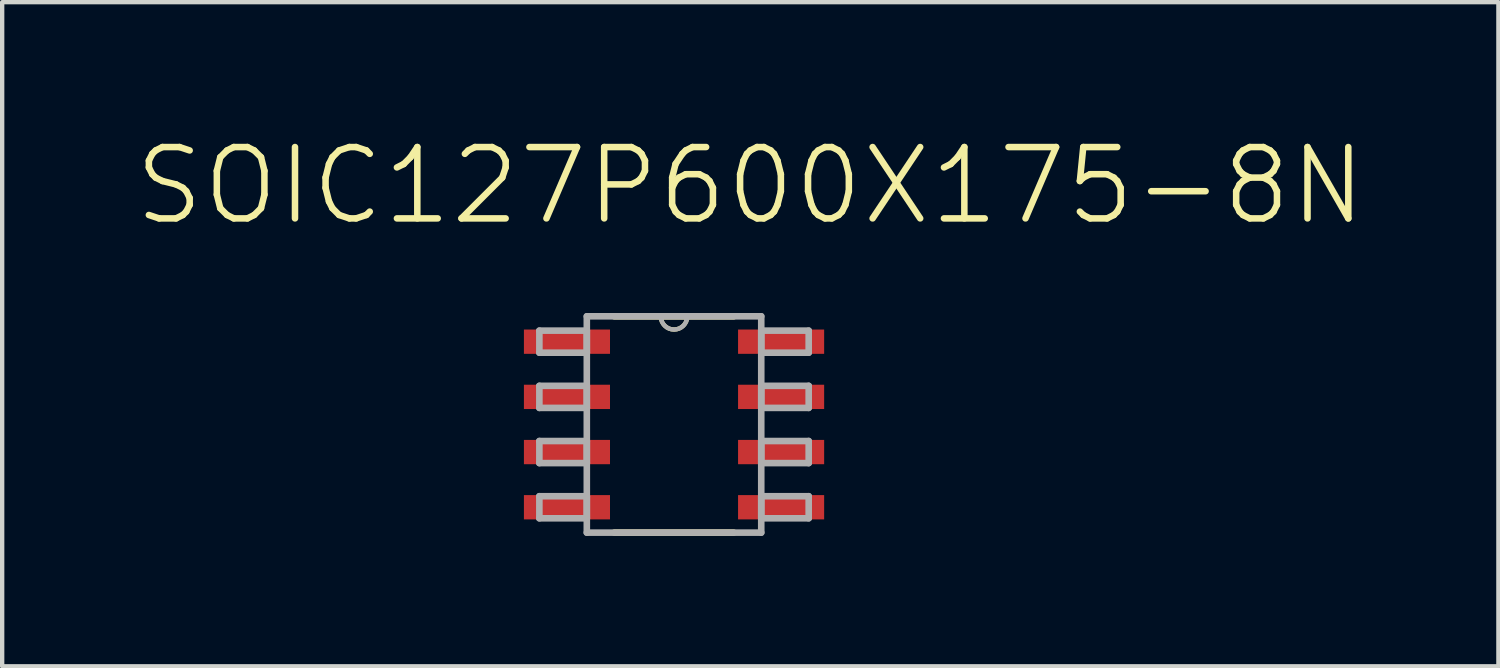
<source format=kicad_pcb>
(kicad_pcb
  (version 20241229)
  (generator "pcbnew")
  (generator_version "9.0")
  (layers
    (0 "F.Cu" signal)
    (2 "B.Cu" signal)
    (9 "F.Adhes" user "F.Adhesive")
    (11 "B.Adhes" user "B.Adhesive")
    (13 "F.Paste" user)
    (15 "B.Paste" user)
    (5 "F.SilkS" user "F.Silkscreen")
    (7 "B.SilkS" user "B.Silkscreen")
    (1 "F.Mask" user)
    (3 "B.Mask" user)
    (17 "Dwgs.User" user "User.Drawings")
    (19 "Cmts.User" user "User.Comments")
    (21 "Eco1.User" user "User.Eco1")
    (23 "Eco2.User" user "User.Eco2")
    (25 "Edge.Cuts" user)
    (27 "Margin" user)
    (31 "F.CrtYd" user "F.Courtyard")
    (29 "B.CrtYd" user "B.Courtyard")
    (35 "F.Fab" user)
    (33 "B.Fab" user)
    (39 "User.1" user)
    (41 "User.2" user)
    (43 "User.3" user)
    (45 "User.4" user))
  (footprint "SOIC127P600X175-8N"
    (layer "F.Cu")
    (at 12.461 6.718)
    (property "Reference" "SOIC127P600X175-8N" (at 1.755 -5.494 0) (layer "F.SilkS") (effects (font (size 1.642 1.642) (thickness 0.15))))
    (attr through_hole)
    (fp_line (start -1.372 2.489) (end 1.372 2.489) (stroke (width 0.152) (type solid)) (layer "F.SilkS"))
    (fp_line (start -0.305 -2.489) (end -1.372 -2.489) (stroke (width 0.152) (type solid)) (layer "F.SilkS"))
    (fp_line (start 0.305 -2.489) (end -0.305 -2.489) (stroke (width 0.152) (type solid)) (layer "F.SilkS"))
    (fp_line (start 1.372 -2.489) (end 0.305 -2.489) (stroke (width 0.152) (type solid)) (layer "F.SilkS"))
    (fp_arc (start 0.3048 -2.4892) (mid 0 -2.1844) (end -0.3048 -2.4892) (stroke (width 0.1) (type solid)) (layer "F.SilkS"))
    (fp_line (start -3.099 -2.159) (end -3.099 -1.651) (stroke (width 0.152) (type solid)) (layer "F.Fab"))
    (fp_line (start -3.099 -1.651) (end -2.007 -1.651) (stroke (width 0.152) (type solid)) (layer "F.Fab"))
    (fp_line (start -3.099 -0.889) (end -3.099 -0.381) (stroke (width 0.152) (type solid)) (layer "F.Fab"))
    (fp_line (start -3.099 -0.381) (end -2.007 -0.381) (stroke (width 0.152) (type solid)) (layer "F.Fab"))
    (fp_line (start -3.099 0.381) (end -3.099 0.889) (stroke (width 0.152) (type solid)) (layer "F.Fab"))
    (fp_line (start -3.099 0.889) (end -2.007 0.889) (stroke (width 0.152) (type solid)) (layer "F.Fab"))
    (fp_line (start -3.099 1.651) (end -3.099 2.159) (stroke (width 0.152) (type solid)) (layer "F.Fab"))
    (fp_line (start -3.099 2.159) (end -2.007 2.159) (stroke (width 0.152) (type solid)) (layer "F.Fab"))
    (fp_line (start -2.007 -2.489) (end -2.007 2.489) (stroke (width 0.152) (type solid)) (layer "F.Fab"))
    (fp_line (start -2.007 -2.159) (end -3.099 -2.159) (stroke (width 0.152) (type solid)) (layer "F.Fab"))
    (fp_line (start -2.007 -1.651) (end -2.007 -2.159) (stroke (width 0.152) (type solid)) (layer "F.Fab"))
    (fp_line (start -2.007 -0.889) (end -3.099 -0.889) (stroke (width 0.152) (type solid)) (layer "F.Fab"))
    (fp_line (start -2.007 -0.381) (end -2.007 -0.889) (stroke (width 0.152) (type solid)) (layer "F.Fab"))
    (fp_line (start -2.007 0.381) (end -3.099 0.381) (stroke (width 0.152) (type solid)) (layer "F.Fab"))
    (fp_line (start -2.007 0.889) (end -2.007 0.381) (stroke (width 0.152) (type solid)) (layer "F.Fab"))
    (fp_line (start -2.007 1.651) (end -3.099 1.651) (stroke (width 0.152) (type solid)) (layer "F.Fab"))
    (fp_line (start -2.007 2.159) (end -2.007 1.651) (stroke (width 0.152) (type solid)) (layer "F.Fab"))
    (fp_line (start -2.007 2.489) (end 2.007 2.489) (stroke (width 0.152) (type solid)) (layer "F.Fab"))
    (fp_line (start -0.305 -2.489) (end -2.007 -2.489) (stroke (width 0.152) (type solid)) (layer "F.Fab"))
    (fp_line (start 0.305 -2.489) (end -0.305 -2.489) (stroke (width 0.152) (type solid)) (layer "F.Fab"))
    (fp_line (start 2.007 -2.489) (end 0.305 -2.489) (stroke (width 0.152) (type solid)) (layer "F.Fab"))
    (fp_line (start 2.007 -2.159) (end 2.007 -1.651) (stroke (width 0.152) (type solid)) (layer "F.Fab"))
    (fp_line (start 2.007 -1.651) (end 3.099 -1.651) (stroke (width 0.152) (type solid)) (layer "F.Fab"))
    (fp_line (start 2.007 -0.889) (end 2.007 -0.381) (stroke (width 0.152) (type solid)) (layer "F.Fab"))
    (fp_line (start 2.007 -0.381) (end 3.099 -0.381) (stroke (width 0.152) (type solid)) (layer "F.Fab"))
    (fp_line (start 2.007 0.381) (end 2.007 0.889) (stroke (width 0.152) (type solid)) (layer "F.Fab"))
    (fp_line (start 2.007 0.889) (end 3.099 0.889) (stroke (width 0.152) (type solid)) (layer "F.Fab"))
    (fp_line (start 2.007 1.651) (end 2.007 2.159) (stroke (width 0.152) (type solid)) (layer "F.Fab"))
    (fp_line (start 2.007 2.159) (end 3.099 2.159) (stroke (width 0.152) (type solid)) (layer "F.Fab"))
    (fp_line (start 2.007 2.489) (end 2.007 -2.489) (stroke (width 0.152) (type solid)) (layer "F.Fab"))
    (fp_line (start 3.099 -2.159) (end 2.007 -2.159) (stroke (width 0.152) (type solid)) (layer "F.Fab"))
    (fp_line (start 3.099 -1.651) (end 3.099 -2.159) (stroke (width 0.152) (type solid)) (layer "F.Fab"))
    (fp_line (start 3.099 -0.889) (end 2.007 -0.889) (stroke (width 0.152) (type solid)) (layer "F.Fab"))
    (fp_line (start 3.099 -0.381) (end 3.099 -0.889) (stroke (width 0.152) (type solid)) (layer "F.Fab"))
    (fp_line (start 3.099 0.381) (end 2.007 0.381) (stroke (width 0.152) (type solid)) (layer "F.Fab"))
    (fp_line (start 3.099 0.889) (end 3.099 0.381) (stroke (width 0.152) (type solid)) (layer "F.Fab"))
    (fp_line (start 3.099 1.651) (end 2.007 1.651) (stroke (width 0.152) (type solid)) (layer "F.Fab"))
    (fp_line (start 3.099 2.159) (end 3.099 1.651) (stroke (width 0.152) (type solid)) (layer "F.Fab"))
    (fp_arc (start 0.3048 -2.4892) (mid 0 -2.1844) (end -0.3048 -2.4892) (stroke (width 0.1) (type solid)) (layer "F.Fab"))
    (pad "1" smd rect (at -2.464 -1.905) (size 1.981 0.559) (layers "F.Cu" "F.Mask" "F.Paste"))
    (pad "2" smd rect (at -2.464 -0.635) (size 1.981 0.559) (layers "F.Cu" "F.Mask" "F.Paste"))
    (pad "3" smd rect (at -2.464 0.635) (size 1.981 0.559) (layers "F.Cu" "F.Mask" "F.Paste"))
    (pad "4" smd rect (at -2.464 1.905) (size 1.981 0.559) (layers "F.Cu" "F.Mask" "F.Paste"))
    (pad "5" smd rect (at 2.464 1.905) (size 1.981 0.559) (layers "F.Cu" "F.Mask" "F.Paste"))
    (pad "6" smd rect (at 2.464 0.635) (size 1.981 0.559) (layers "F.Cu" "F.Mask" "F.Paste"))
    (pad "7" smd rect (at 2.464 -0.635) (size 1.981 0.559) (layers "F.Cu" "F.Mask" "F.Paste"))
    (pad "8" smd rect (at 2.464 -1.905) (size 1.981 0.559) (layers "F.Cu" "F.Mask" "F.Paste")))
  (gr_rect
    (start -3 -3)
    (end 31.432 12.283)
    (stroke (width 0.1) (type default))
    (fill no)
    (layer "Edge.Cuts")))
</source>
